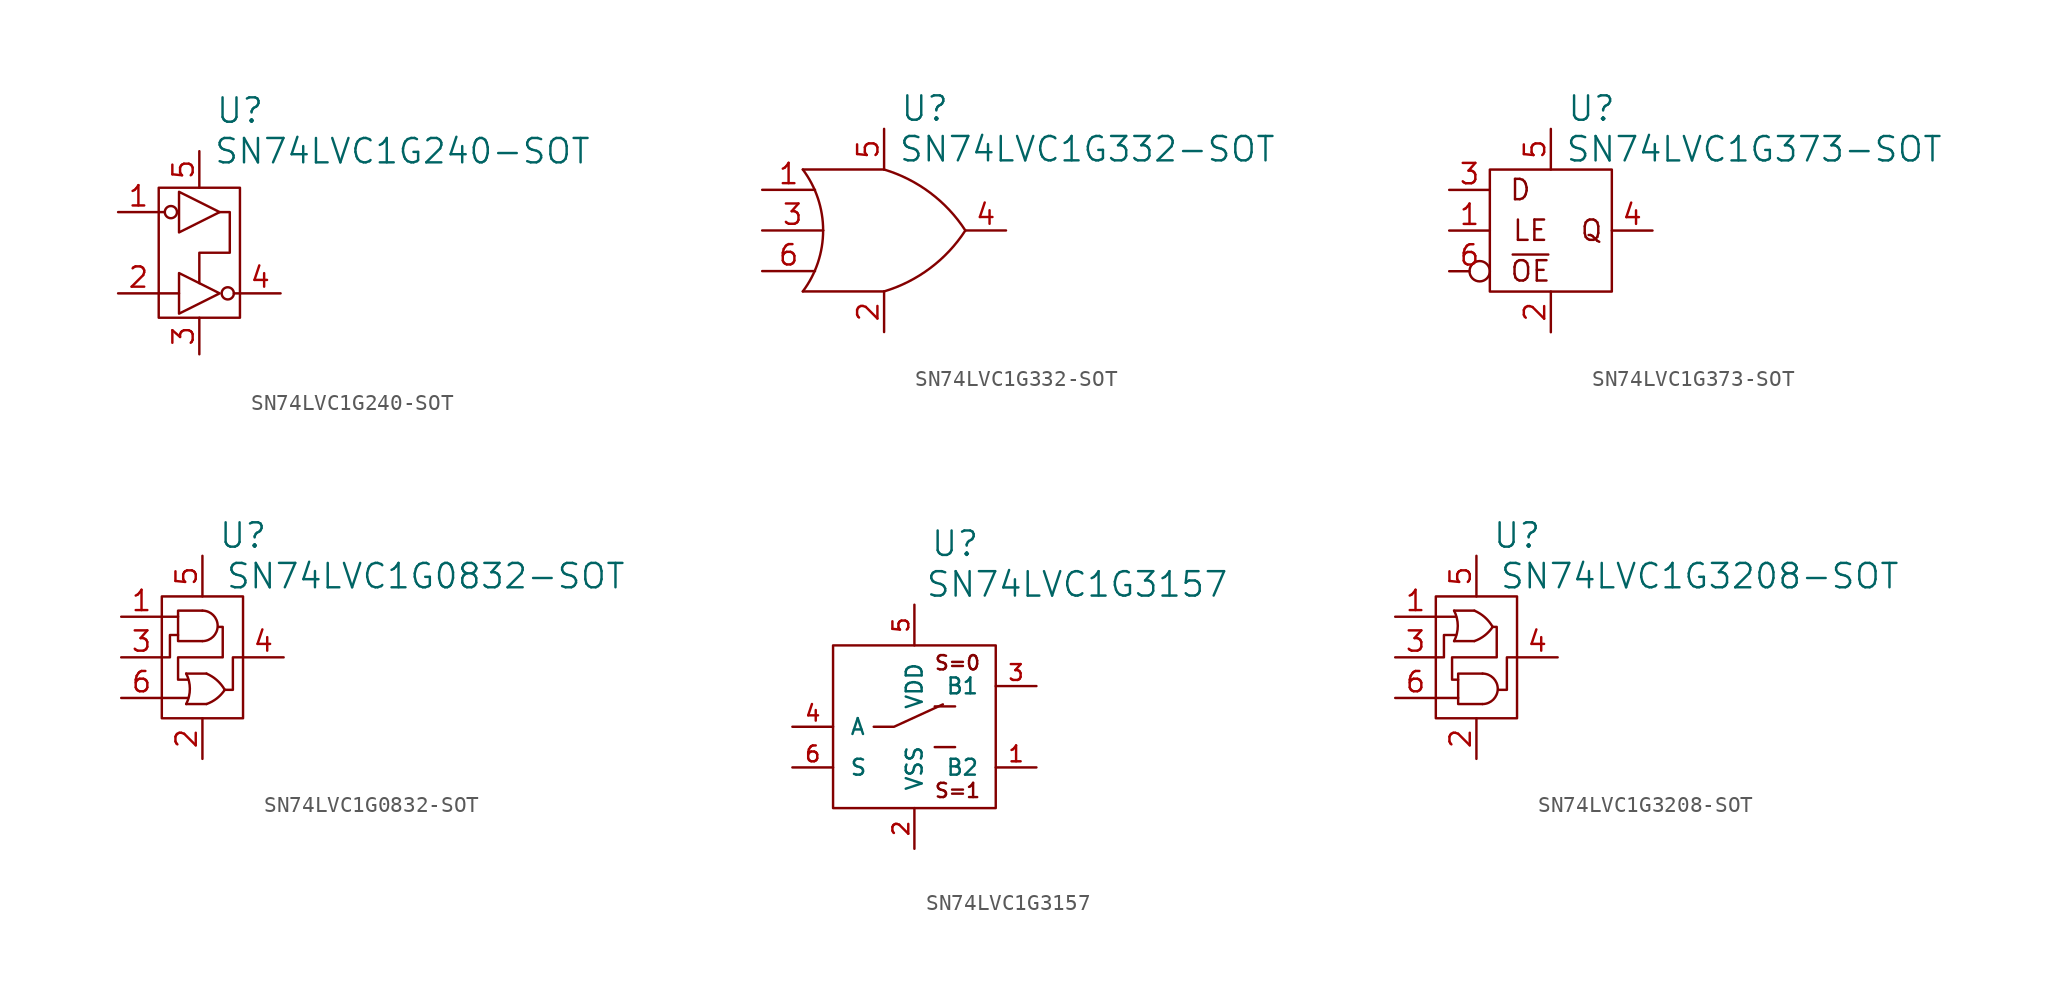
<source format=kicad_sym>
(kicad_symbol_lib
  (version 20220914)
  (generator kicad_symbol_editor)
  (symbol "SN74LVC1G240-SOT"
    (pin_names
      (offset 1.016) hide)
    (property "Reference" "U"
      (at 2.54 8.89 0)
      (effects (font (size 1.524 1.524))))
    (property "Value" "SN74LVC1G240-SOT"
      (at 12.7 6.35 0)
      (effects (font (size 1.524 1.524))))
    (property "Footprint" ""
      (at 0 0 0)
      (effects (font (size 1.524 1.524))))
    (property "Datasheet" ""
      (at 0 0 0)
      (effects (font (size 1.524 1.524))))
    (symbol "SN74LVC1G240-SOT_0_0"
      (circle (center -1.778 2.54) (radius 0.381) (stroke (width 0) (type solid)) (fill (type none)))
      (polyline (pts (xy -2.54 -2.54) (xy -1.27 -2.54)) (stroke (width 0) (type solid)) (fill (type none)))
      (polyline (pts (xy -2.159 2.54) (xy -2.54 2.54)) (stroke (width 0) (type solid)) (fill (type none)))
      (polyline (pts (xy 2.159 -2.54) (xy 2.54 -2.54)) (stroke (width 0) (type solid)) (fill (type none)))
      (polyline (pts (xy 1.27 2.54) (xy 1.905 2.54) (xy 1.905 0) (xy 0 0) (xy 0 -1.905)) (stroke (width 0) (type solid)) (fill (type none)))
      (circle (center 1.778 -2.54) (radius 0.381) (stroke (width 0) (type solid)) (fill (type none))))
    (symbol "SN74LVC1G240-SOT_0_1"
      (rectangle (start -2.54 -4.064) (end 2.54 4.064) (stroke (width 0) (type solid)) (fill (type none)))
      (polyline (pts (xy -1.27 -1.27) (xy 1.27 -2.54) (xy -1.27 -3.81) (xy -1.27 -1.27)) (stroke (width 0) (type solid)) (fill (type none)))
      (polyline (pts (xy -1.27 3.81) (xy 1.27 2.54) (xy -1.27 1.27) (xy -1.27 3.81)) (stroke (width 0) (type solid)) (fill (type none))))
    (symbol "SN74LVC1G240-SOT_1_1"
      (pin passive line (at -5.08 2.54 0) (length 2.54) (name "~{OE}" (effects (font (size 1.27 1.27)))) (number "1" (effects (font (size 1.27 1.27)))))
      (pin passive line (at -5.08 -2.54 0) (length 2.54) (name "A" (effects (font (size 1.27 1.27)))) (number "2" (effects (font (size 1.27 1.27)))))
      (pin passive line (at 0 -6.35 90) (length 2.286) (name "VSS" (effects (font (size 1.27 1.27)))) (number "3" (effects (font (size 1.27 1.27)))))
      (pin passive line (at 5.08 -2.54 180) (length 2.54) (name "Y" (effects (font (size 1.27 1.27)))) (number "4" (effects (font (size 1.27 1.27)))))
      (pin passive line (at 0 6.35 270) (length 2.286) (name "VDD" (effects (font (size 1.27 1.27)))) (number "5" (effects (font (size 1.27 1.27)))))))
  (symbol "SN74LVC1G332-SOT"
    (pin_names
      (offset 1.016) hide)
    (property "Reference" "U"
      (at 2.54 7.62 0)
      (effects (font (size 1.524 1.524))))
    (property "Value" "SN74LVC1G332-SOT"
      (at 12.7 5.08 0)
      (effects (font (size 1.524 1.524))))
    (property "Footprint" ""
      (at 0 0 0)
      (effects (font (size 1.524 1.524))))
    (property "Datasheet" ""
      (at 0 0 0)
      (effects (font (size 1.524 1.524))))
    (symbol "SN74LVC1G332-SOT_0_1"
      (arc (start -5.08 -3.81) (mid -4.1359 -2.008) (end -3.81 0) (stroke (width 0) (type solid)) (fill (type none)))
      (arc (start -3.81 0) (mid -4.1359 2.008) (end -5.08 3.81) (stroke (width 0) (type solid)) (fill (type none)))
      (arc (start 0 -3.81) (mid 2.8791 -2.3571) (end 5.08 0) (stroke (width 0) (type solid)) (fill (type none)))
      (polyline (pts (xy -5.08 -3.81) (xy 0 -3.81) (xy 0 -3.81)) (stroke (width 0) (type solid)) (fill (type none)))
      (polyline (pts (xy 0 3.81) (xy -5.08 3.81) (xy -5.08 3.81)) (stroke (width 0) (type solid)) (fill (type none)))
      (arc (start 5.08 0) (mid 2.8791 2.3571) (end 0 3.81) (stroke (width 0) (type solid)) (fill (type none))))
    (symbol "SN74LVC1G332-SOT_1_1"
      (pin passive line (at -7.62 2.54 0) (length 3.302) (name "A" (effects (font (size 1.27 1.27)))) (number "1" (effects (font (size 1.27 1.27)))))
      (pin passive line (at 0 -6.35 90) (length 2.54) (name "VSS" (effects (font (size 1.27 1.27)))) (number "2" (effects (font (size 1.27 1.27)))))
      (pin passive line (at -7.62 0 0) (length 3.81) (name "B" (effects (font (size 1.27 1.27)))) (number "3" (effects (font (size 1.27 1.27)))))
      (pin passive line (at 7.62 0 180) (length 2.54) (name "Y" (effects (font (size 1.27 1.27)))) (number "4" (effects (font (size 1.27 1.27)))))
      (pin passive line (at 0 6.35 270) (length 2.54) (name "VDD" (effects (font (size 1.27 1.27)))) (number "5" (effects (font (size 1.27 1.27)))))
      (pin passive line (at -7.62 -2.54 0) (length 3.302) (name "C" (effects (font (size 1.27 1.27)))) (number "6" (effects (font (size 1.27 1.27)))))))
  (symbol "SN74LVC1G373-SOT"
    (pin_names
      (offset 1.016) hide)
    (property "Reference" "U"
      (at 2.54 7.62 0)
      (effects (font (size 1.524 1.524))))
    (property "Value" "SN74LVC1G373-SOT"
      (at 12.7 5.08 0)
      (effects (font (size 1.524 1.524))))
    (property "Footprint" ""
      (at 0 0 0)
      (effects (font (size 1.524 1.524))))
    (property "Datasheet" ""
      (at 0 0 0)
      (effects (font (size 1.524 1.524))))
    (symbol "SN74LVC1G373-SOT_0_0"
      (text "D" (at -1.905 2.54 0) (effects (font (size 1.27 1.27))))
      (text "LE" (at -1.27 0 0) (effects (font (size 1.27 1.27))))
      (text "Q" (at 2.54 0 0) (effects (font (size 1.27 1.27))))
      (text "~{OE}" (at -1.27 -2.54 0) (effects (font (size 1.27 1.27)))))
    (symbol "SN74LVC1G373-SOT_0_1"
      (rectangle (start -3.81 3.81) (end 3.81 -3.81) (stroke (width 0) (type solid)) (fill (type none))))
    (symbol "SN74LVC1G373-SOT_1_1"
      (pin passive line (at -6.35 0 0) (length 2.54) (name "LE" (effects (font (size 1.27 1.27)))) (number "1" (effects (font (size 1.27 1.27)))))
      (pin passive line (at 0 -6.35 90) (length 2.54) (name "VSS" (effects (font (size 1.27 1.27)))) (number "2" (effects (font (size 1.27 1.27)))))
      (pin passive line (at -6.35 2.54 0) (length 2.54) (name "D" (effects (font (size 1.27 1.27)))) (number "3" (effects (font (size 1.27 1.27)))))
      (pin passive line (at 6.35 0 180) (length 2.54) (name "Q" (effects (font (size 1.27 1.27)))) (number "4" (effects (font (size 1.27 1.27)))))
      (pin passive line (at 0 6.35 270) (length 2.54) (name "VDD" (effects (font (size 1.27 1.27)))) (number "5" (effects (font (size 1.27 1.27)))))
      (pin passive inverted (at -6.35 -2.54 0) (length 2.54) (name "~{OE}" (effects (font (size 1.27 1.27)))) (number "6" (effects (font (size 1.27 1.27)))))))
  (symbol "SN74LVC1G0832-SOT"
    (pin_names
      (offset 1.016) hide)
    (property "Reference" "U"
      (at 2.54 7.62 0)
      (effects (font (size 1.524 1.524))))
    (property "Value" "SN74LVC1G0832-SOT"
      (at 13.97 5.08 0)
      (effects (font (size 1.524 1.524))))
    (property "Footprint" ""
      (at -0.254 -0.127 0)
      (effects (font (size 1.524 1.524))))
    (property "Datasheet" ""
      (at 0 0 0)
      (effects (font (size 1.524 1.524))))
    (symbol "SN74LVC1G0832-SOT_0_0"
      (arc (start -1.016 -2.921) (mid -0.7855 -1.9672) (end -1.016 -1.016) (stroke (width 0) (type solid)) (fill (type none)))
      (polyline (pts (xy -2.54 -2.54) (xy -0.889 -2.54)) (stroke (width 0) (type solid)) (fill (type none)))
      (polyline (pts (xy -1.524 2.54) (xy -2.54 2.54)) (stroke (width 0) (type solid)) (fill (type none)))
      (polyline (pts (xy -1.016 -2.921) (xy 0.254 -2.921)) (stroke (width 0) (type solid)) (fill (type none)))
      (polyline (pts (xy -1.016 -1.016) (xy 0.254 -1.016)) (stroke (width 0) (type solid)) (fill (type none)))
      (polyline (pts (xy -1.524 1.397) (xy -2.032 1.397) (xy -2.032 0) (xy -2.54 0)) (stroke (width 0) (type solid)) (fill (type none)))
      (polyline (pts (xy 0 2.921) (xy -1.524 2.921) (xy -1.524 1.016) (xy 0 1.016)) (stroke (width 0) (type solid)) (fill (type none)))
      (polyline (pts (xy 1.397 -2.032) (xy 1.905 -2.032) (xy 1.905 0) (xy 2.54 0)) (stroke (width 0) (type solid)) (fill (type none)))
      (polyline (pts (xy 1.016 1.905) (xy 1.27 1.905) (xy 1.27 0) (xy -1.524 0) (xy -1.524 -1.397) (xy -0.889 -1.397)) (stroke (width 0) (type solid)) (fill (type none)))
      (arc (start 0 1.016) (mid 0.9484 1.9685) (end 0 2.921) (stroke (width 0) (type solid)) (fill (type none)))
      (arc (start 0.254 -2.921) (mid 0.8992 -2.5696) (end 1.397 -2.032) (stroke (width 0) (type solid)) (fill (type none)))
      (arc (start 1.397 -2.032) (mid 0.9084 -1.4309) (end 0.254 -1.016) (stroke (width 0) (type solid)) (fill (type none))))
    (symbol "SN74LVC1G0832-SOT_0_1"
      (rectangle (start -2.54 -3.81) (end 2.54 3.81) (stroke (width 0) (type solid)) (fill (type none))))
    (symbol "SN74LVC1G0832-SOT_1_1"
      (pin passive line (at -5.08 2.54 0) (length 2.54) (name "A" (effects (font (size 1.27 1.27)))) (number "1" (effects (font (size 1.27 1.27)))))
      (pin passive line (at 0 -6.35 90) (length 2.54) (name "VSS" (effects (font (size 1.27 1.27)))) (number "2" (effects (font (size 1.27 1.27)))))
      (pin passive line (at -5.08 0 0) (length 2.54) (name "B" (effects (font (size 1.27 1.27)))) (number "3" (effects (font (size 1.27 1.27)))))
      (pin passive line (at 5.08 0 180) (length 2.54) (name "Y" (effects (font (size 1.27 1.27)))) (number "4" (effects (font (size 1.27 1.27)))))
      (pin passive line (at 0 6.35 270) (length 2.54) (name "VDD" (effects (font (size 1.27 1.27)))) (number "5" (effects (font (size 1.27 1.27)))))
      (pin passive line (at -5.08 -2.54 0) (length 2.54) (name "C" (effects (font (size 1.27 1.27)))) (number "6" (effects (font (size 1.27 1.27)))))))
  (symbol "SN74LVC1G3157"
    (pin_names
      (offset 1.016))
    (property "Reference" "U"
      (at 2.54 11.43 0)
      (effects (font (size 1.524 1.524))))
    (property "Value" "SN74LVC1G3157"
      (at 10.16 8.89 0)
      (effects (font (size 1.524 1.524))))
    (property "Footprint" ""
      (at 0 0 0)
      (effects (font (size 1.524 1.524))))
    (property "Datasheet" ""
      (at 0 0 0)
      (effects (font (size 1.524 1.524))))
    (symbol "SN74LVC1G3157_0_0"
      (text "S=0" (at 2.692 3.988 0) (effects (font (size 0.889 0.889))))
      (text "S=1" (at 2.692 -3.988 0) (effects (font (size 0.889 0.889)))))
    (symbol "SN74LVC1G3157_0_1"
      (rectangle (start -5.08 5.08) (end 5.08 -5.08) (stroke (width 0) (type solid)) (fill (type none)))
      (polyline (pts (xy 1.27 -1.27) (xy 2.54 -1.27)) (stroke (width 0) (type solid)) (fill (type none)))
      (polyline (pts (xy 1.27 1.27) (xy 2.54 1.27)) (stroke (width 0) (type solid)) (fill (type none)))
      (polyline (pts (xy -2.54 0) (xy -1.27 0) (xy 1.778 1.397)) (stroke (width 0) (type solid)) (fill (type none))))
    (symbol "SN74LVC1G3157_1_1"
      (pin passive line (at 7.62 -2.54 180) (length 2.54) (name "B2" (effects (font (size 0.991 0.991)))) (number "1" (effects (font (size 0.991 0.991)))))
      (pin passive line (at 0 -7.62 90) (length 2.54) (name "VSS" (effects (font (size 0.991 0.991)))) (number "2" (effects (font (size 0.991 0.991)))))
      (pin passive line (at 7.62 2.54 180) (length 2.54) (name "B1" (effects (font (size 0.991 0.991)))) (number "3" (effects (font (size 0.991 0.991)))))
      (pin passive line (at -7.62 0 0) (length 2.54) (name "A" (effects (font (size 0.991 0.991)))) (number "4" (effects (font (size 0.991 0.991)))))
      (pin passive line (at 0 7.62 270) (length 2.54) (name "VDD" (effects (font (size 0.991 0.991)))) (number "5" (effects (font (size 0.991 0.991)))))
      (pin passive line (at -7.62 -2.54 0) (length 2.54) (name "S" (effects (font (size 0.991 0.991)))) (number "6" (effects (font (size 0.991 0.991)))))))
  (symbol "SN74LVC1G3208-SOT"
    (pin_names
      (offset 1.016) hide)
    (property "Reference" "U"
      (at 2.54 7.62 0)
      (effects (font (size 1.524 1.524))))
    (property "Value" "SN74LVC1G3208-SOT"
      (at 13.97 5.08 0)
      (effects (font (size 1.524 1.524))))
    (property "Footprint" ""
      (at 0.127 -4.064 0)
      (effects (font (size 1.524 1.524))))
    (property "Datasheet" ""
      (at 0 0 0)
      (effects (font (size 1.524 1.524))))
    (symbol "SN74LVC1G3208-SOT_0_0"
      (arc (start -1.397 1.016) (mid -1.1665 1.9698) (end -1.397 2.921) (stroke (width 0) (type solid)) (fill (type none)))
      (arc (start -0.127 1.016) (mid 0.5182 1.3674) (end 1.016 1.905) (stroke (width 0) (type solid)) (fill (type none)))
      (polyline (pts (xy -2.54 -2.54) (xy -1.143 -2.54)) (stroke (width 0) (type solid)) (fill (type none)))
      (polyline (pts (xy -1.397 1.016) (xy -0.127 1.016)) (stroke (width 0) (type solid)) (fill (type none)))
      (polyline (pts (xy -1.397 2.921) (xy -0.127 2.921)) (stroke (width 0) (type solid)) (fill (type none)))
      (polyline (pts (xy -1.27 2.54) (xy -2.54 2.54)) (stroke (width 0) (type solid)) (fill (type none)))
      (polyline (pts (xy -1.27 1.397) (xy -2.032 1.397) (xy -2.032 0) (xy -2.54 0)) (stroke (width 0) (type solid)) (fill (type none)))
      (polyline (pts (xy 0.381 -1.016) (xy -1.143 -1.016) (xy -1.143 -2.921) (xy 0.381 -2.921)) (stroke (width 0) (type solid)) (fill (type none)))
      (polyline (pts (xy 1.397 -2.032) (xy 1.905 -2.032) (xy 1.905 0) (xy 2.54 0)) (stroke (width 0) (type solid)) (fill (type none)))
      (polyline (pts (xy 1.016 1.905) (xy 1.27 1.905) (xy 1.27 0) (xy -1.524 0) (xy -1.524 -1.397) (xy -1.143 -1.397)) (stroke (width 0) (type solid)) (fill (type none)))
      (arc (start 0.381 -2.921) (mid 1.3294 -1.9685) (end 0.381 -1.016) (stroke (width 0) (type solid)) (fill (type none)))
      (arc (start 1.016 1.905) (mid 0.5274 2.5061) (end -0.127 2.921) (stroke (width 0) (type solid)) (fill (type none))))
    (symbol "SN74LVC1G3208-SOT_0_1"
      (rectangle (start -2.54 -3.81) (end 2.54 3.81) (stroke (width 0) (type solid)) (fill (type none))))
    (symbol "SN74LVC1G3208-SOT_1_1"
      (pin passive line (at -5.08 2.54 0) (length 2.54) (name "A" (effects (font (size 1.27 1.27)))) (number "1" (effects (font (size 1.27 1.27)))))
      (pin passive line (at 0 -6.35 90) (length 2.54) (name "VSS" (effects (font (size 1.27 1.27)))) (number "2" (effects (font (size 1.27 1.27)))))
      (pin passive line (at -5.08 0 0) (length 2.54) (name "B" (effects (font (size 1.27 1.27)))) (number "3" (effects (font (size 1.27 1.27)))))
      (pin passive line (at 5.08 0 180) (length 2.54) (name "Y" (effects (font (size 1.27 1.27)))) (number "4" (effects (font (size 1.27 1.27)))))
      (pin passive line (at 0 6.35 270) (length 2.54) (name "VDD" (effects (font (size 1.27 1.27)))) (number "5" (effects (font (size 1.27 1.27)))))
      (pin passive line (at -5.08 -2.54 0) (length 2.54) (name "C" (effects (font (size 1.27 1.27)))) (number "6" (effects (font (size 1.27 1.27))))))))
</source>
